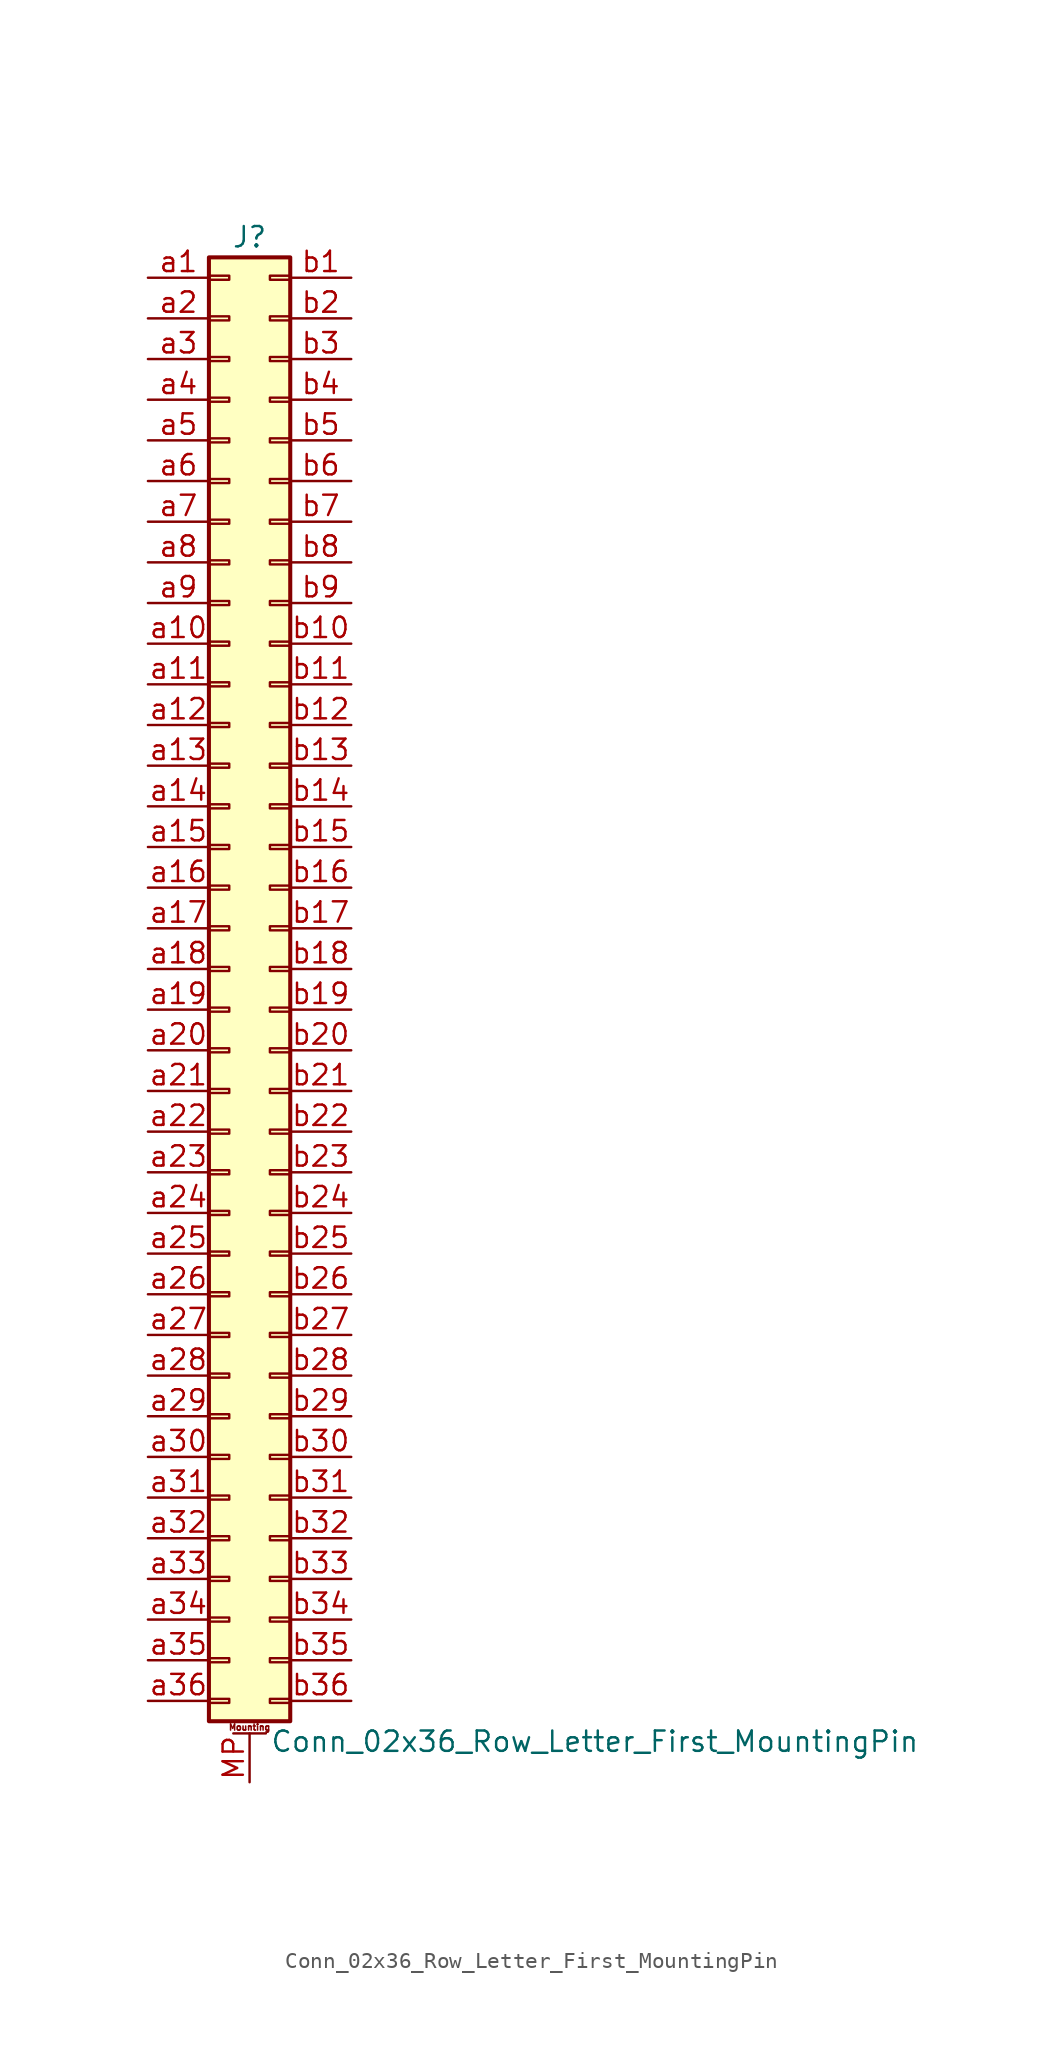
<source format=kicad_sym>
(kicad_symbol_lib
  (version 20201005)
  (generator kicad_symbol_editor)
  (symbol "Connector_Generic_MountingPin:Conn_02x36_Row_Letter_First_MountingPin"
    (pin_names
      (offset 1.016) hide)
    (property "Reference" "J"
      (at 1.27 45.72 0)
      (effects (font (size 1.27 1.27))))
    (property "Value" "Conn_02x36_Row_Letter_First_MountingPin"
      (at 2.54 -48.26 0)
      (effects (font (size 1.27 1.27)) (justify left)))
    (symbol "Conn_02x36_Row_Letter_First_MountingPin_1_1"
      (text "Mounting" (at 1.27 -47.371 0) (effects (font (size 0.381 0.381))))
      (rectangle (start -1.27 -27.813) (end 0 -28.067) (stroke (width 0.152)) (fill (type none)))
      (rectangle (start -1.27 -30.353) (end 0 -30.607) (stroke (width 0.152)) (fill (type none)))
      (rectangle (start -1.27 -32.893) (end 0 -33.147) (stroke (width 0.152)) (fill (type none)))
      (rectangle (start -1.27 -35.433) (end 0 -35.687) (stroke (width 0.152)) (fill (type none)))
      (rectangle (start -1.27 -37.973) (end 0 -38.227) (stroke (width 0.152)) (fill (type none)))
      (rectangle (start -1.27 -40.513) (end 0 -40.767) (stroke (width 0.152)) (fill (type none)))
      (rectangle (start -1.27 -43.053) (end 0 -43.307) (stroke (width 0.152)) (fill (type none)))
      (rectangle (start -1.27 -45.593) (end 0 -45.847) (stroke (width 0.152)) (fill (type none)))
      (rectangle (start -1.27 -4.953) (end 0 -5.207) (stroke (width 0.152)) (fill (type none)))
      (rectangle (start -1.27 -7.493) (end 0 -7.747) (stroke (width 0.152)) (fill (type none)))
      (rectangle (start -1.27 -10.033) (end 0 -10.287) (stroke (width 0.152)) (fill (type none)))
      (rectangle (start -1.27 -12.573) (end 0 -12.827) (stroke (width 0.152)) (fill (type none)))
      (rectangle (start -1.27 -15.113) (end 0 -15.367) (stroke (width 0.152)) (fill (type none)))
      (rectangle (start -1.27 -17.653) (end 0 -17.907) (stroke (width 0.152)) (fill (type none)))
      (rectangle (start -1.27 -20.193) (end 0 -20.447) (stroke (width 0.152)) (fill (type none)))
      (rectangle (start -1.27 -22.733) (end 0 -22.987) (stroke (width 0.152)) (fill (type none)))
      (rectangle (start -1.27 -2.413) (end 0 -2.667) (stroke (width 0.152)) (fill (type none)))
      (rectangle (start -1.27 -25.273) (end 0 -25.527) (stroke (width 0.152)) (fill (type none)))
      (rectangle (start -1.27 25.527) (end 0 25.273) (stroke (width 0.152)) (fill (type none)))
      (rectangle (start -1.27 2.667) (end 0 2.413) (stroke (width 0.152)) (fill (type none)))
      (rectangle (start -1.27 28.067) (end 0 27.813) (stroke (width 0.152)) (fill (type none)))
      (rectangle (start -1.27 30.607) (end 0 30.353) (stroke (width 0.152)) (fill (type none)))
      (rectangle (start -1.27 33.147) (end 0 32.893) (stroke (width 0.152)) (fill (type none)))
      (rectangle (start -1.27 35.687) (end 0 35.433) (stroke (width 0.152)) (fill (type none)))
      (rectangle (start -1.27 38.227) (end 0 37.973) (stroke (width 0.152)) (fill (type none)))
      (rectangle (start -1.27 40.767) (end 0 40.513) (stroke (width 0.152)) (fill (type none)))
      (rectangle (start -1.27 43.307) (end 0 43.053) (stroke (width 0.152)) (fill (type none)))
      (rectangle (start -1.27 44.45) (end 3.81 -46.99) (stroke (width 0.254)) (fill (type background)))
      (rectangle (start -1.27 5.207) (end 0 4.953) (stroke (width 0.152)) (fill (type none)))
      (rectangle (start -1.27 7.747) (end 0 7.493) (stroke (width 0.152)) (fill (type none)))
      (rectangle (start -1.27 10.287) (end 0 10.033) (stroke (width 0.152)) (fill (type none)))
      (rectangle (start -1.27 0.127) (end 0 -0.127) (stroke (width 0.152)) (fill (type none)))
      (rectangle (start -1.27 12.827) (end 0 12.573) (stroke (width 0.152)) (fill (type none)))
      (rectangle (start -1.27 15.367) (end 0 15.113) (stroke (width 0.152)) (fill (type none)))
      (rectangle (start -1.27 17.907) (end 0 17.653) (stroke (width 0.152)) (fill (type none)))
      (rectangle (start -1.27 20.447) (end 0 20.193) (stroke (width 0.152)) (fill (type none)))
      (rectangle (start -1.27 22.987) (end 0 22.733) (stroke (width 0.152)) (fill (type none)))
      (rectangle (start 3.81 -27.813) (end 2.54 -28.067) (stroke (width 0.152)) (fill (type none)))
      (rectangle (start 3.81 -30.353) (end 2.54 -30.607) (stroke (width 0.152)) (fill (type none)))
      (rectangle (start 3.81 -32.893) (end 2.54 -33.147) (stroke (width 0.152)) (fill (type none)))
      (rectangle (start 3.81 -35.433) (end 2.54 -35.687) (stroke (width 0.152)) (fill (type none)))
      (rectangle (start 3.81 -37.973) (end 2.54 -38.227) (stroke (width 0.152)) (fill (type none)))
      (rectangle (start 3.81 -40.513) (end 2.54 -40.767) (stroke (width 0.152)) (fill (type none)))
      (rectangle (start 3.81 -43.053) (end 2.54 -43.307) (stroke (width 0.152)) (fill (type none)))
      (rectangle (start 3.81 -45.593) (end 2.54 -45.847) (stroke (width 0.152)) (fill (type none)))
      (rectangle (start 3.81 -4.953) (end 2.54 -5.207) (stroke (width 0.152)) (fill (type none)))
      (rectangle (start 3.81 -7.493) (end 2.54 -7.747) (stroke (width 0.152)) (fill (type none)))
      (rectangle (start 3.81 -10.033) (end 2.54 -10.287) (stroke (width 0.152)) (fill (type none)))
      (rectangle (start 3.81 -12.573) (end 2.54 -12.827) (stroke (width 0.152)) (fill (type none)))
      (rectangle (start 3.81 -15.113) (end 2.54 -15.367) (stroke (width 0.152)) (fill (type none)))
      (rectangle (start 3.81 -17.653) (end 2.54 -17.907) (stroke (width 0.152)) (fill (type none)))
      (rectangle (start 3.81 -20.193) (end 2.54 -20.447) (stroke (width 0.152)) (fill (type none)))
      (rectangle (start 3.81 -22.733) (end 2.54 -22.987) (stroke (width 0.152)) (fill (type none)))
      (rectangle (start 3.81 -2.413) (end 2.54 -2.667) (stroke (width 0.152)) (fill (type none)))
      (rectangle (start 3.81 -25.273) (end 2.54 -25.527) (stroke (width 0.152)) (fill (type none)))
      (rectangle (start 3.81 25.527) (end 2.54 25.273) (stroke (width 0.152)) (fill (type none)))
      (rectangle (start 3.81 2.667) (end 2.54 2.413) (stroke (width 0.152)) (fill (type none)))
      (rectangle (start 3.81 28.067) (end 2.54 27.813) (stroke (width 0.152)) (fill (type none)))
      (rectangle (start 3.81 30.607) (end 2.54 30.353) (stroke (width 0.152)) (fill (type none)))
      (rectangle (start 3.81 33.147) (end 2.54 32.893) (stroke (width 0.152)) (fill (type none)))
      (rectangle (start 3.81 35.687) (end 2.54 35.433) (stroke (width 0.152)) (fill (type none)))
      (rectangle (start 3.81 38.227) (end 2.54 37.973) (stroke (width 0.152)) (fill (type none)))
      (rectangle (start 3.81 40.767) (end 2.54 40.513) (stroke (width 0.152)) (fill (type none)))
      (rectangle (start 3.81 43.307) (end 2.54 43.053) (stroke (width 0.152)) (fill (type none)))
      (rectangle (start 3.81 5.207) (end 2.54 4.953) (stroke (width 0.152)) (fill (type none)))
      (rectangle (start 3.81 7.747) (end 2.54 7.493) (stroke (width 0.152)) (fill (type none)))
      (rectangle (start 3.81 10.287) (end 2.54 10.033) (stroke (width 0.152)) (fill (type none)))
      (rectangle (start 3.81 0.127) (end 2.54 -0.127) (stroke (width 0.152)) (fill (type none)))
      (rectangle (start 3.81 12.827) (end 2.54 12.573) (stroke (width 0.152)) (fill (type none)))
      (rectangle (start 3.81 15.367) (end 2.54 15.113) (stroke (width 0.152)) (fill (type none)))
      (rectangle (start 3.81 17.907) (end 2.54 17.653) (stroke (width 0.152)) (fill (type none)))
      (rectangle (start 3.81 20.447) (end 2.54 20.193) (stroke (width 0.152)) (fill (type none)))
      (rectangle (start 3.81 22.987) (end 2.54 22.733) (stroke (width 0.152)) (fill (type none)))
      (polyline (pts (xy 0.254 -47.752) (xy 2.286 -47.752)) (stroke (width 0.152)) (fill (type none)))
      (pin passive line (at 1.27 -50.8 90) (length 3.048) (name "MountPin" (effects (font (size 1.27 1.27)))) (number "MP" (effects (font (size 1.27 1.27)))))
      (pin passive line (at -5.08 43.18 0) (length 3.81) (name "Pin_a1" (effects (font (size 1.27 1.27)))) (number "a1" (effects (font (size 1.27 1.27)))))
      (pin passive line (at -5.08 20.32 0) (length 3.81) (name "Pin_a10" (effects (font (size 1.27 1.27)))) (number "a10" (effects (font (size 1.27 1.27)))))
      (pin passive line (at -5.08 17.78 0) (length 3.81) (name "Pin_a11" (effects (font (size 1.27 1.27)))) (number "a11" (effects (font (size 1.27 1.27)))))
      (pin passive line (at -5.08 15.24 0) (length 3.81) (name "Pin_a12" (effects (font (size 1.27 1.27)))) (number "a12" (effects (font (size 1.27 1.27)))))
      (pin passive line (at -5.08 12.7 0) (length 3.81) (name "Pin_a13" (effects (font (size 1.27 1.27)))) (number "a13" (effects (font (size 1.27 1.27)))))
      (pin passive line (at -5.08 10.16 0) (length 3.81) (name "Pin_a14" (effects (font (size 1.27 1.27)))) (number "a14" (effects (font (size 1.27 1.27)))))
      (pin passive line (at -5.08 7.62 0) (length 3.81) (name "Pin_a15" (effects (font (size 1.27 1.27)))) (number "a15" (effects (font (size 1.27 1.27)))))
      (pin passive line (at -5.08 5.08 0) (length 3.81) (name "Pin_a16" (effects (font (size 1.27 1.27)))) (number "a16" (effects (font (size 1.27 1.27)))))
      (pin passive line (at -5.08 2.54 0) (length 3.81) (name "Pin_a17" (effects (font (size 1.27 1.27)))) (number "a17" (effects (font (size 1.27 1.27)))))
      (pin passive line (at -5.08 0 0) (length 3.81) (name "Pin_a18" (effects (font (size 1.27 1.27)))) (number "a18" (effects (font (size 1.27 1.27)))))
      (pin passive line (at -5.08 -2.54 0) (length 3.81) (name "Pin_a19" (effects (font (size 1.27 1.27)))) (number "a19" (effects (font (size 1.27 1.27)))))
      (pin passive line (at -5.08 40.64 0) (length 3.81) (name "Pin_a2" (effects (font (size 1.27 1.27)))) (number "a2" (effects (font (size 1.27 1.27)))))
      (pin passive line (at -5.08 -5.08 0) (length 3.81) (name "Pin_a20" (effects (font (size 1.27 1.27)))) (number "a20" (effects (font (size 1.27 1.27)))))
      (pin passive line (at -5.08 -7.62 0) (length 3.81) (name "Pin_a21" (effects (font (size 1.27 1.27)))) (number "a21" (effects (font (size 1.27 1.27)))))
      (pin passive line (at -5.08 -10.16 0) (length 3.81) (name "Pin_a22" (effects (font (size 1.27 1.27)))) (number "a22" (effects (font (size 1.27 1.27)))))
      (pin passive line (at -5.08 -12.7 0) (length 3.81) (name "Pin_a23" (effects (font (size 1.27 1.27)))) (number "a23" (effects (font (size 1.27 1.27)))))
      (pin passive line (at -5.08 -15.24 0) (length 3.81) (name "Pin_a24" (effects (font (size 1.27 1.27)))) (number "a24" (effects (font (size 1.27 1.27)))))
      (pin passive line (at -5.08 -17.78 0) (length 3.81) (name "Pin_a25" (effects (font (size 1.27 1.27)))) (number "a25" (effects (font (size 1.27 1.27)))))
      (pin passive line (at -5.08 -20.32 0) (length 3.81) (name "Pin_a26" (effects (font (size 1.27 1.27)))) (number "a26" (effects (font (size 1.27 1.27)))))
      (pin passive line (at -5.08 -22.86 0) (length 3.81) (name "Pin_a27" (effects (font (size 1.27 1.27)))) (number "a27" (effects (font (size 1.27 1.27)))))
      (pin passive line (at -5.08 -25.4 0) (length 3.81) (name "Pin_a28" (effects (font (size 1.27 1.27)))) (number "a28" (effects (font (size 1.27 1.27)))))
      (pin passive line (at -5.08 -27.94 0) (length 3.81) (name "Pin_a29" (effects (font (size 1.27 1.27)))) (number "a29" (effects (font (size 1.27 1.27)))))
      (pin passive line (at -5.08 38.1 0) (length 3.81) (name "Pin_a3" (effects (font (size 1.27 1.27)))) (number "a3" (effects (font (size 1.27 1.27)))))
      (pin passive line (at -5.08 -30.48 0) (length 3.81) (name "Pin_a30" (effects (font (size 1.27 1.27)))) (number "a30" (effects (font (size 1.27 1.27)))))
      (pin passive line (at -5.08 -33.02 0) (length 3.81) (name "Pin_a31" (effects (font (size 1.27 1.27)))) (number "a31" (effects (font (size 1.27 1.27)))))
      (pin passive line (at -5.08 -35.56 0) (length 3.81) (name "Pin_a32" (effects (font (size 1.27 1.27)))) (number "a32" (effects (font (size 1.27 1.27)))))
      (pin passive line (at -5.08 -38.1 0) (length 3.81) (name "Pin_a33" (effects (font (size 1.27 1.27)))) (number "a33" (effects (font (size 1.27 1.27)))))
      (pin passive line (at -5.08 -40.64 0) (length 3.81) (name "Pin_a34" (effects (font (size 1.27 1.27)))) (number "a34" (effects (font (size 1.27 1.27)))))
      (pin passive line (at -5.08 -43.18 0) (length 3.81) (name "Pin_a35" (effects (font (size 1.27 1.27)))) (number "a35" (effects (font (size 1.27 1.27)))))
      (pin passive line (at -5.08 -45.72 0) (length 3.81) (name "Pin_a36" (effects (font (size 1.27 1.27)))) (number "a36" (effects (font (size 1.27 1.27)))))
      (pin passive line (at -5.08 35.56 0) (length 3.81) (name "Pin_a4" (effects (font (size 1.27 1.27)))) (number "a4" (effects (font (size 1.27 1.27)))))
      (pin passive line (at -5.08 33.02 0) (length 3.81) (name "Pin_a5" (effects (font (size 1.27 1.27)))) (number "a5" (effects (font (size 1.27 1.27)))))
      (pin passive line (at -5.08 30.48 0) (length 3.81) (name "Pin_a6" (effects (font (size 1.27 1.27)))) (number "a6" (effects (font (size 1.27 1.27)))))
      (pin passive line (at -5.08 27.94 0) (length 3.81) (name "Pin_a7" (effects (font (size 1.27 1.27)))) (number "a7" (effects (font (size 1.27 1.27)))))
      (pin passive line (at -5.08 25.4 0) (length 3.81) (name "Pin_a8" (effects (font (size 1.27 1.27)))) (number "a8" (effects (font (size 1.27 1.27)))))
      (pin passive line (at -5.08 22.86 0) (length 3.81) (name "Pin_a9" (effects (font (size 1.27 1.27)))) (number "a9" (effects (font (size 1.27 1.27)))))
      (pin passive line (at 7.62 43.18 180) (length 3.81) (name "Pin_b1" (effects (font (size 1.27 1.27)))) (number "b1" (effects (font (size 1.27 1.27)))))
      (pin passive line (at 7.62 20.32 180) (length 3.81) (name "Pin_b10" (effects (font (size 1.27 1.27)))) (number "b10" (effects (font (size 1.27 1.27)))))
      (pin passive line (at 7.62 17.78 180) (length 3.81) (name "Pin_b11" (effects (font (size 1.27 1.27)))) (number "b11" (effects (font (size 1.27 1.27)))))
      (pin passive line (at 7.62 15.24 180) (length 3.81) (name "Pin_b12" (effects (font (size 1.27 1.27)))) (number "b12" (effects (font (size 1.27 1.27)))))
      (pin passive line (at 7.62 12.7 180) (length 3.81) (name "Pin_b13" (effects (font (size 1.27 1.27)))) (number "b13" (effects (font (size 1.27 1.27)))))
      (pin passive line (at 7.62 10.16 180) (length 3.81) (name "Pin_b14" (effects (font (size 1.27 1.27)))) (number "b14" (effects (font (size 1.27 1.27)))))
      (pin passive line (at 7.62 7.62 180) (length 3.81) (name "Pin_b15" (effects (font (size 1.27 1.27)))) (number "b15" (effects (font (size 1.27 1.27)))))
      (pin passive line (at 7.62 5.08 180) (length 3.81) (name "Pin_b16" (effects (font (size 1.27 1.27)))) (number "b16" (effects (font (size 1.27 1.27)))))
      (pin passive line (at 7.62 2.54 180) (length 3.81) (name "Pin_b17" (effects (font (size 1.27 1.27)))) (number "b17" (effects (font (size 1.27 1.27)))))
      (pin passive line (at 7.62 0 180) (length 3.81) (name "Pin_b18" (effects (font (size 1.27 1.27)))) (number "b18" (effects (font (size 1.27 1.27)))))
      (pin passive line (at 7.62 -2.54 180) (length 3.81) (name "Pin_b19" (effects (font (size 1.27 1.27)))) (number "b19" (effects (font (size 1.27 1.27)))))
      (pin passive line (at 7.62 40.64 180) (length 3.81) (name "Pin_b2" (effects (font (size 1.27 1.27)))) (number "b2" (effects (font (size 1.27 1.27)))))
      (pin passive line (at 7.62 -5.08 180) (length 3.81) (name "Pin_b20" (effects (font (size 1.27 1.27)))) (number "b20" (effects (font (size 1.27 1.27)))))
      (pin passive line (at 7.62 -7.62 180) (length 3.81) (name "Pin_b21" (effects (font (size 1.27 1.27)))) (number "b21" (effects (font (size 1.27 1.27)))))
      (pin passive line (at 7.62 -10.16 180) (length 3.81) (name "Pin_b22" (effects (font (size 1.27 1.27)))) (number "b22" (effects (font (size 1.27 1.27)))))
      (pin passive line (at 7.62 -12.7 180) (length 3.81) (name "Pin_b23" (effects (font (size 1.27 1.27)))) (number "b23" (effects (font (size 1.27 1.27)))))
      (pin passive line (at 7.62 -15.24 180) (length 3.81) (name "Pin_b24" (effects (font (size 1.27 1.27)))) (number "b24" (effects (font (size 1.27 1.27)))))
      (pin passive line (at 7.62 -17.78 180) (length 3.81) (name "Pin_b25" (effects (font (size 1.27 1.27)))) (number "b25" (effects (font (size 1.27 1.27)))))
      (pin passive line (at 7.62 -20.32 180) (length 3.81) (name "Pin_b26" (effects (font (size 1.27 1.27)))) (number "b26" (effects (font (size 1.27 1.27)))))
      (pin passive line (at 7.62 -22.86 180) (length 3.81) (name "Pin_b27" (effects (font (size 1.27 1.27)))) (number "b27" (effects (font (size 1.27 1.27)))))
      (pin passive line (at 7.62 -25.4 180) (length 3.81) (name "Pin_b28" (effects (font (size 1.27 1.27)))) (number "b28" (effects (font (size 1.27 1.27)))))
      (pin passive line (at 7.62 -27.94 180) (length 3.81) (name "Pin_b29" (effects (font (size 1.27 1.27)))) (number "b29" (effects (font (size 1.27 1.27)))))
      (pin passive line (at 7.62 38.1 180) (length 3.81) (name "Pin_b3" (effects (font (size 1.27 1.27)))) (number "b3" (effects (font (size 1.27 1.27)))))
      (pin passive line (at 7.62 -30.48 180) (length 3.81) (name "Pin_b30" (effects (font (size 1.27 1.27)))) (number "b30" (effects (font (size 1.27 1.27)))))
      (pin passive line (at 7.62 -33.02 180) (length 3.81) (name "Pin_b31" (effects (font (size 1.27 1.27)))) (number "b31" (effects (font (size 1.27 1.27)))))
      (pin passive line (at 7.62 -35.56 180) (length 3.81) (name "Pin_b32" (effects (font (size 1.27 1.27)))) (number "b32" (effects (font (size 1.27 1.27)))))
      (pin passive line (at 7.62 -38.1 180) (length 3.81) (name "Pin_b33" (effects (font (size 1.27 1.27)))) (number "b33" (effects (font (size 1.27 1.27)))))
      (pin passive line (at 7.62 -40.64 180) (length 3.81) (name "Pin_b34" (effects (font (size 1.27 1.27)))) (number "b34" (effects (font (size 1.27 1.27)))))
      (pin passive line (at 7.62 -43.18 180) (length 3.81) (name "Pin_b35" (effects (font (size 1.27 1.27)))) (number "b35" (effects (font (size 1.27 1.27)))))
      (pin passive line (at 7.62 -45.72 180) (length 3.81) (name "Pin_b36" (effects (font (size 1.27 1.27)))) (number "b36" (effects (font (size 1.27 1.27)))))
      (pin passive line (at 7.62 35.56 180) (length 3.81) (name "Pin_b4" (effects (font (size 1.27 1.27)))) (number "b4" (effects (font (size 1.27 1.27)))))
      (pin passive line (at 7.62 33.02 180) (length 3.81) (name "Pin_b5" (effects (font (size 1.27 1.27)))) (number "b5" (effects (font (size 1.27 1.27)))))
      (pin passive line (at 7.62 30.48 180) (length 3.81) (name "Pin_b6" (effects (font (size 1.27 1.27)))) (number "b6" (effects (font (size 1.27 1.27)))))
      (pin passive line (at 7.62 27.94 180) (length 3.81) (name "Pin_b7" (effects (font (size 1.27 1.27)))) (number "b7" (effects (font (size 1.27 1.27)))))
      (pin passive line (at 7.62 25.4 180) (length 3.81) (name "Pin_b8" (effects (font (size 1.27 1.27)))) (number "b8" (effects (font (size 1.27 1.27)))))
      (pin passive line (at 7.62 22.86 180) (length 3.81) (name "Pin_b9" (effects (font (size 1.27 1.27)))) (number "b9" (effects (font (size 1.27 1.27))))))))
</source>
